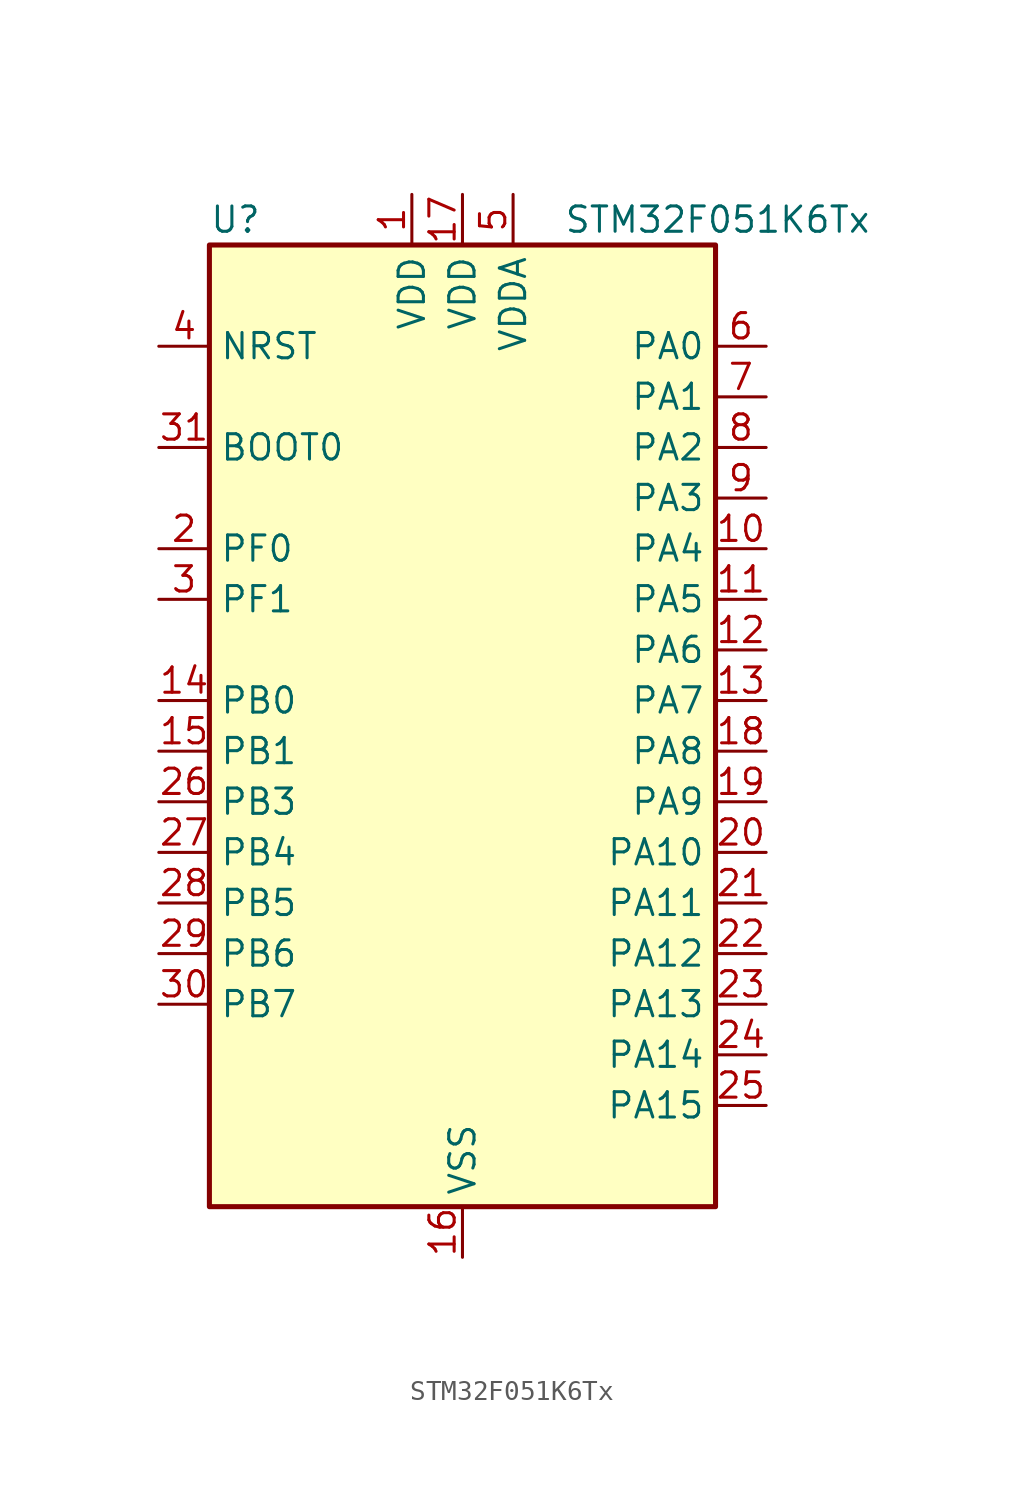
<source format=kicad_sym>
(kicad_symbol_lib
  (version 20241209)
  (generator "kicad_symbol_editor")
  (generator_version "9.0")
  (symbol "STM32F051K6Tx"
    (property "Reference" "U"
      (at -12.7 26.67 0)
      (effects (font (size 1.27 1.27)) (justify left)))
    (property "Value" "STM32F051K6Tx"
      (at 5.08 26.67 0)
      (effects (font (size 1.27 1.27)) (justify left)))
    (symbol "STM32F051K6Tx_0_1"
      (rectangle (start -12.7 -22.86) (end 12.7 25.4) (stroke (width 0.254) (type default)) (fill (type background))))
    (symbol "STM32F051K6Tx_1_1"
      (pin input line (at -15.24 20.32 0) (length 2.54) (name "NRST" (effects (font (size 1.27 1.27)))) (number "4" (effects (font (size 1.27 1.27)))))
      (pin input line (at -15.24 15.24 0) (length 2.54) (name "BOOT0" (effects (font (size 1.27 1.27)))) (number "31" (effects (font (size 1.27 1.27)))))
      (pin bidirectional line (at -15.24 10.16 0) (length 2.54) (name "PF0" (effects (font (size 1.27 1.27)))) (number "2" (effects (font (size 1.27 1.27)))) (alternate "RCC_OSC_IN" bidirectional line))
      (pin bidirectional line (at -15.24 7.62 0) (length 2.54) (name "PF1" (effects (font (size 1.27 1.27)))) (number "3" (effects (font (size 1.27 1.27)))) (alternate "RCC_OSC_OUT" bidirectional line))
      (pin bidirectional line (at -15.24 2.54 0) (length 2.54) (name "PB0" (effects (font (size 1.27 1.27)))) (number "14" (effects (font (size 1.27 1.27)))) (alternate "ADC_IN8" bidirectional line) (alternate "TIM1_CH2N" bidirectional line) (alternate "TIM3_CH3" bidirectional line) (alternate "TSC_G3_IO2" bidirectional line))
      (pin bidirectional line (at -15.24 0 0) (length 2.54) (name "PB1" (effects (font (size 1.27 1.27)))) (number "15" (effects (font (size 1.27 1.27)))) (alternate "ADC_IN9" bidirectional line) (alternate "TIM14_CH1" bidirectional line) (alternate "TIM1_CH3N" bidirectional line) (alternate "TIM3_CH4" bidirectional line) (alternate "TSC_G3_IO3" bidirectional line))
      (pin bidirectional line (at -15.24 -2.54 0) (length 2.54) (name "PB3" (effects (font (size 1.27 1.27)))) (number "26" (effects (font (size 1.27 1.27)))) (alternate "I2S1_CK" bidirectional line) (alternate "SPI1_SCK" bidirectional line) (alternate "TIM2_CH2" bidirectional line) (alternate "TSC_G5_IO1" bidirectional line))
      (pin bidirectional line (at -15.24 -5.08 0) (length 2.54) (name "PB4" (effects (font (size 1.27 1.27)))) (number "27" (effects (font (size 1.27 1.27)))) (alternate "I2S1_MCK" bidirectional line) (alternate "SPI1_MISO" bidirectional line) (alternate "TIM3_CH1" bidirectional line) (alternate "TSC_G5_IO2" bidirectional line))
      (pin bidirectional line (at -15.24 -7.62 0) (length 2.54) (name "PB5" (effects (font (size 1.27 1.27)))) (number "28" (effects (font (size 1.27 1.27)))) (alternate "I2C1_SMBA" bidirectional line) (alternate "I2S1_SD" bidirectional line) (alternate "SPI1_MOSI" bidirectional line) (alternate "TIM16_BKIN" bidirectional line) (alternate "TIM3_CH2" bidirectional line))
      (pin bidirectional line (at -15.24 -10.16 0) (length 2.54) (name "PB6" (effects (font (size 1.27 1.27)))) (number "29" (effects (font (size 1.27 1.27)))) (alternate "I2C1_SCL" bidirectional line) (alternate "TIM16_CH1N" bidirectional line) (alternate "TSC_G5_IO3" bidirectional line) (alternate "USART1_TX" bidirectional line))
      (pin bidirectional line (at -15.24 -12.7 0) (length 2.54) (name "PB7" (effects (font (size 1.27 1.27)))) (number "30" (effects (font (size 1.27 1.27)))) (alternate "I2C1_SDA" bidirectional line) (alternate "TIM17_CH1N" bidirectional line) (alternate "TSC_G5_IO4" bidirectional line) (alternate "USART1_RX" bidirectional line))
      (pin power_in line (at -2.54 27.94 270) (length 2.54) (name "VDD" (effects (font (size 1.27 1.27)))) (number "1" (effects (font (size 1.27 1.27)))))
      (pin power_in line (at 0 27.94 270) (length 2.54) (name "VDD" (effects (font (size 1.27 1.27)))) (number "17" (effects (font (size 1.27 1.27)))))
      (pin power_in line (at 0 -25.4 90) (length 2.54) (name "VSS" (effects (font (size 1.27 1.27)))) (number "16" (effects (font (size 1.27 1.27)))))
      (pin passive line (at 0 -25.4 90) (length 2.54) (hide yes) (name "VSS" (effects (font (size 1.27 1.27)))) (number "32" (effects (font (size 1.27 1.27)))))
      (pin power_in line (at 2.54 27.94 270) (length 2.54) (name "VDDA" (effects (font (size 1.27 1.27)))) (number "5" (effects (font (size 1.27 1.27)))))
      (pin bidirectional line (at 15.24 20.32 180) (length 2.54) (name "PA0" (effects (font (size 1.27 1.27)))) (number "6" (effects (font (size 1.27 1.27)))) (alternate "ADC_IN0" bidirectional line) (alternate "COMP1_INM" bidirectional line) (alternate "COMP1_OUT" bidirectional line) (alternate "RTC_TAMP2" bidirectional line) (alternate "SYS_WKUP1" bidirectional line) (alternate "TIM2_CH1" bidirectional line) (alternate "TIM2_ETR" bidirectional line) (alternate "TSC_G1_IO1" bidirectional line) (alternate "USART2_CTS" bidirectional line))
      (pin bidirectional line (at 15.24 17.78 180) (length 2.54) (name "PA1" (effects (font (size 1.27 1.27)))) (number "7" (effects (font (size 1.27 1.27)))) (alternate "ADC_IN1" bidirectional line) (alternate "COMP1_INP" bidirectional line) (alternate "TIM2_CH2" bidirectional line) (alternate "TSC_G1_IO2" bidirectional line) (alternate "USART2_DE" bidirectional line) (alternate "USART2_RTS" bidirectional line))
      (pin bidirectional line (at 15.24 15.24 180) (length 2.54) (name "PA2" (effects (font (size 1.27 1.27)))) (number "8" (effects (font (size 1.27 1.27)))) (alternate "ADC_IN2" bidirectional line) (alternate "COMP2_INM" bidirectional line) (alternate "COMP2_OUT" bidirectional line) (alternate "TIM15_CH1" bidirectional line) (alternate "TIM2_CH3" bidirectional line) (alternate "TSC_G1_IO3" bidirectional line) (alternate "USART2_TX" bidirectional line))
      (pin bidirectional line (at 15.24 12.7 180) (length 2.54) (name "PA3" (effects (font (size 1.27 1.27)))) (number "9" (effects (font (size 1.27 1.27)))) (alternate "ADC_IN3" bidirectional line) (alternate "COMP2_INP" bidirectional line) (alternate "TIM15_CH2" bidirectional line) (alternate "TIM2_CH4" bidirectional line) (alternate "TSC_G1_IO4" bidirectional line) (alternate "USART2_RX" bidirectional line))
      (pin bidirectional line (at 15.24 10.16 180) (length 2.54) (name "PA4" (effects (font (size 1.27 1.27)))) (number "10" (effects (font (size 1.27 1.27)))) (alternate "ADC_IN4" bidirectional line) (alternate "COMP1_INM" bidirectional line) (alternate "COMP2_INM" bidirectional line) (alternate "DAC1_OUT1" bidirectional line) (alternate "I2S1_WS" bidirectional line) (alternate "SPI1_NSS" bidirectional line) (alternate "TIM14_CH1" bidirectional line) (alternate "TSC_G2_IO1" bidirectional line) (alternate "USART2_CK" bidirectional line))
      (pin bidirectional line (at 15.24 7.62 180) (length 2.54) (name "PA5" (effects (font (size 1.27 1.27)))) (number "11" (effects (font (size 1.27 1.27)))) (alternate "ADC_IN5" bidirectional line) (alternate "CEC" bidirectional line) (alternate "COMP1_INM" bidirectional line) (alternate "COMP2_INM" bidirectional line) (alternate "I2S1_CK" bidirectional line) (alternate "SPI1_SCK" bidirectional line) (alternate "TIM2_CH1" bidirectional line) (alternate "TIM2_ETR" bidirectional line) (alternate "TSC_G2_IO2" bidirectional line))
      (pin bidirectional line (at 15.24 5.08 180) (length 2.54) (name "PA6" (effects (font (size 1.27 1.27)))) (number "12" (effects (font (size 1.27 1.27)))) (alternate "ADC_IN6" bidirectional line) (alternate "COMP1_OUT" bidirectional line) (alternate "I2S1_MCK" bidirectional line) (alternate "SPI1_MISO" bidirectional line) (alternate "TIM16_CH1" bidirectional line) (alternate "TIM1_BKIN" bidirectional line) (alternate "TIM3_CH1" bidirectional line) (alternate "TSC_G2_IO3" bidirectional line))
      (pin bidirectional line (at 15.24 2.54 180) (length 2.54) (name "PA7" (effects (font (size 1.27 1.27)))) (number "13" (effects (font (size 1.27 1.27)))) (alternate "ADC_IN7" bidirectional line) (alternate "COMP2_OUT" bidirectional line) (alternate "I2S1_SD" bidirectional line) (alternate "SPI1_MOSI" bidirectional line) (alternate "TIM14_CH1" bidirectional line) (alternate "TIM17_CH1" bidirectional line) (alternate "TIM1_CH1N" bidirectional line) (alternate "TIM3_CH2" bidirectional line) (alternate "TSC_G2_IO4" bidirectional line))
      (pin bidirectional line (at 15.24 0 180) (length 2.54) (name "PA8" (effects (font (size 1.27 1.27)))) (number "18" (effects (font (size 1.27 1.27)))) (alternate "RCC_MCO" bidirectional line) (alternate "TIM1_CH1" bidirectional line) (alternate "USART1_CK" bidirectional line))
      (pin bidirectional line (at 15.24 -2.54 180) (length 2.54) (name "PA9" (effects (font (size 1.27 1.27)))) (number "19" (effects (font (size 1.27 1.27)))) (alternate "DAC1_EXTI9" bidirectional line) (alternate "TIM15_BKIN" bidirectional line) (alternate "TIM1_CH2" bidirectional line) (alternate "TSC_G4_IO1" bidirectional line) (alternate "USART1_TX" bidirectional line))
      (pin bidirectional line (at 15.24 -5.08 180) (length 2.54) (name "PA10" (effects (font (size 1.27 1.27)))) (number "20" (effects (font (size 1.27 1.27)))) (alternate "TIM17_BKIN" bidirectional line) (alternate "TIM1_CH3" bidirectional line) (alternate "TSC_G4_IO2" bidirectional line) (alternate "USART1_RX" bidirectional line))
      (pin bidirectional line (at 15.24 -7.62 180) (length 2.54) (name "PA11" (effects (font (size 1.27 1.27)))) (number "21" (effects (font (size 1.27 1.27)))) (alternate "COMP1_OUT" bidirectional line) (alternate "TIM1_CH4" bidirectional line) (alternate "TSC_G4_IO3" bidirectional line) (alternate "USART1_CTS" bidirectional line))
      (pin bidirectional line (at 15.24 -10.16 180) (length 2.54) (name "PA12" (effects (font (size 1.27 1.27)))) (number "22" (effects (font (size 1.27 1.27)))) (alternate "COMP2_OUT" bidirectional line) (alternate "TIM1_ETR" bidirectional line) (alternate "TSC_G4_IO4" bidirectional line) (alternate "USART1_DE" bidirectional line) (alternate "USART1_RTS" bidirectional line))
      (pin bidirectional line (at 15.24 -12.7 180) (length 2.54) (name "PA13" (effects (font (size 1.27 1.27)))) (number "23" (effects (font (size 1.27 1.27)))) (alternate "IR_OUT" bidirectional line) (alternate "SYS_SWDIO" bidirectional line))
      (pin bidirectional line (at 15.24 -15.24 180) (length 2.54) (name "PA14" (effects (font (size 1.27 1.27)))) (number "24" (effects (font (size 1.27 1.27)))) (alternate "SYS_SWCLK" bidirectional line) (alternate "USART2_TX" bidirectional line))
      (pin bidirectional line (at 15.24 -17.78 180) (length 2.54) (name "PA15" (effects (font (size 1.27 1.27)))) (number "25" (effects (font (size 1.27 1.27)))) (alternate "I2S1_WS" bidirectional line) (alternate "SPI1_NSS" bidirectional line) (alternate "TIM2_CH1" bidirectional line) (alternate "TIM2_ETR" bidirectional line) (alternate "USART2_RX" bidirectional line)))))
</source>
